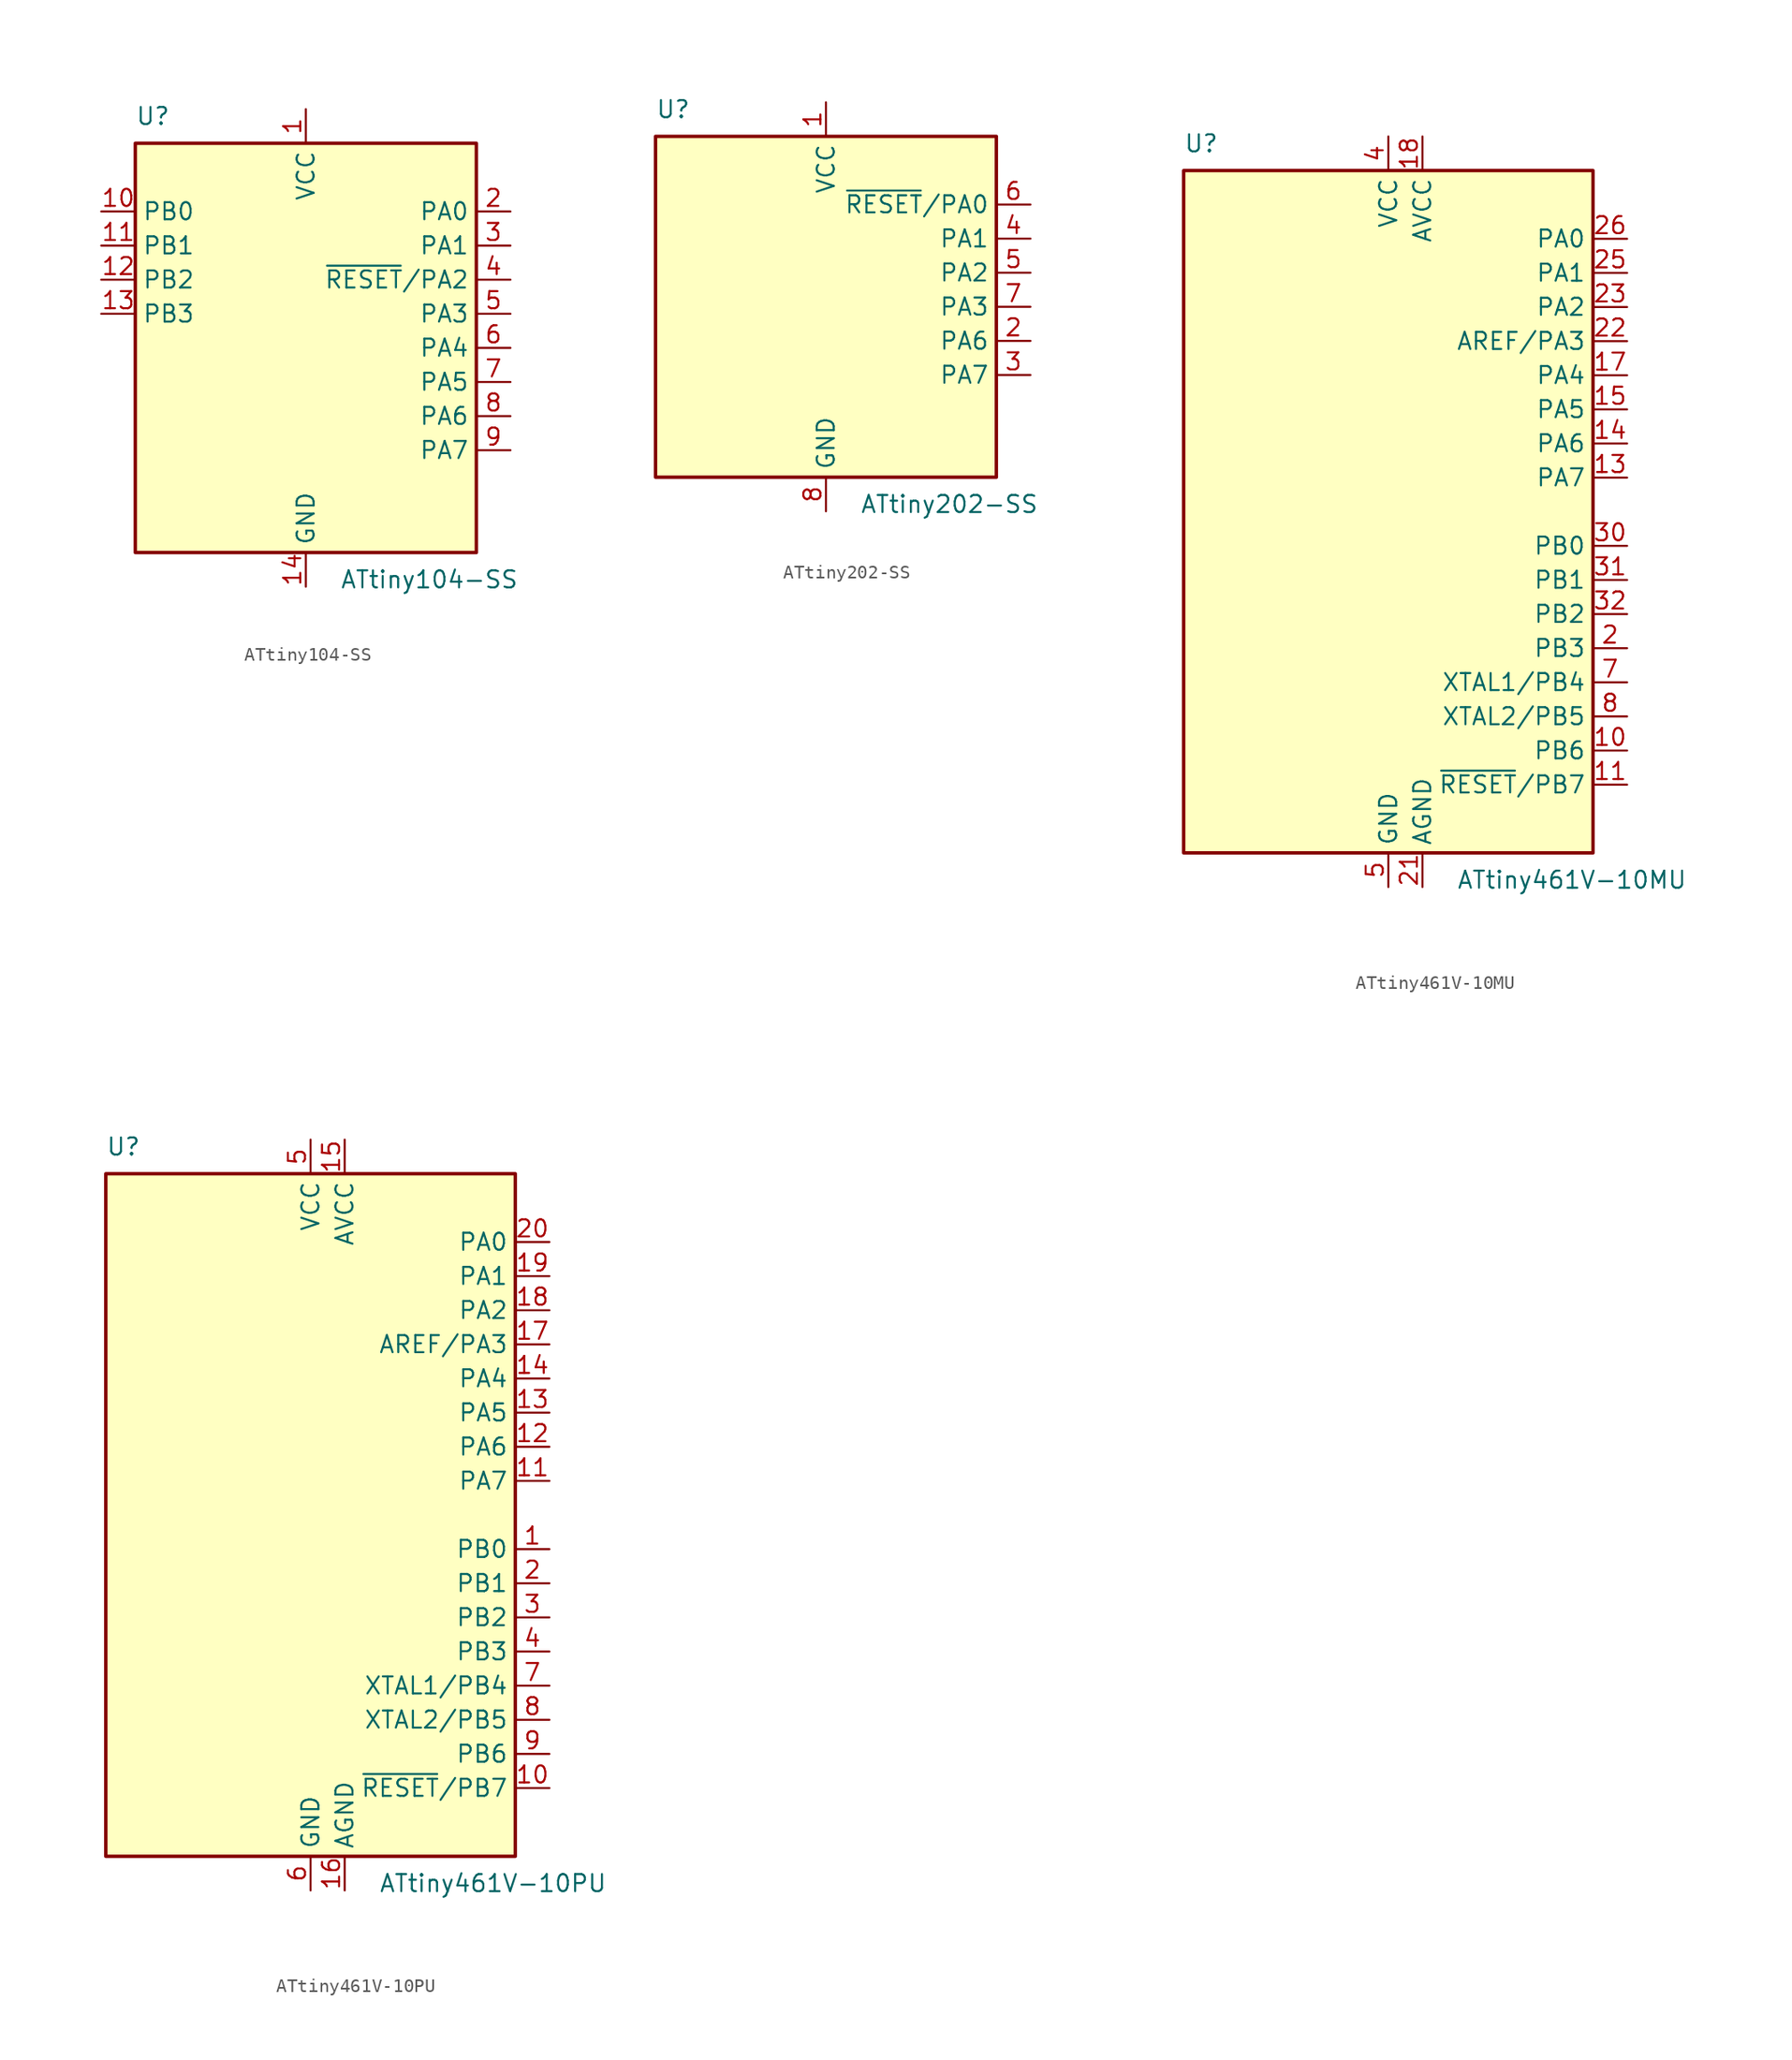
<source format=kicad_sym>
(kicad_symbol_lib
  (version 20201005)
  (generator kicad_symbol_editor)
  (symbol "ATtiny104-SS"
    (property "Reference" "U"
      (at -12.7 16.51 0)
      (effects (font (size 1.27 1.27)) (justify left bottom)))
    (property "Value" "ATtiny104-SS"
      (at 2.54 -16.51 0)
      (effects (font (size 1.27 1.27)) (justify left top)))
    (symbol "ATtiny104-SS_0_1"
      (rectangle (start -12.7 -15.24) (end 12.7 15.24) (stroke (width 0.254)) (fill (type background))))
    (symbol "ATtiny104-SS_1_1"
      (pin power_in line (at 0 17.78 270) (length 2.54) (name "VCC" (effects (font (size 1.27 1.27)))) (number "1" (effects (font (size 1.27 1.27)))))
      (pin tri_state line (at -15.24 10.16 0) (length 2.54) (name "PB0" (effects (font (size 1.27 1.27)))) (number "10" (effects (font (size 1.27 1.27)))))
      (pin tri_state line (at -15.24 7.62 0) (length 2.54) (name "PB1" (effects (font (size 1.27 1.27)))) (number "11" (effects (font (size 1.27 1.27)))))
      (pin tri_state line (at -15.24 5.08 0) (length 2.54) (name "PB2" (effects (font (size 1.27 1.27)))) (number "12" (effects (font (size 1.27 1.27)))))
      (pin tri_state line (at -15.24 2.54 0) (length 2.54) (name "PB3" (effects (font (size 1.27 1.27)))) (number "13" (effects (font (size 1.27 1.27)))))
      (pin power_in line (at 0 -17.78 90) (length 2.54) (name "GND" (effects (font (size 1.27 1.27)))) (number "14" (effects (font (size 1.27 1.27)))))
      (pin tri_state line (at 15.24 10.16 180) (length 2.54) (name "PA0" (effects (font (size 1.27 1.27)))) (number "2" (effects (font (size 1.27 1.27)))))
      (pin tri_state line (at 15.24 7.62 180) (length 2.54) (name "PA1" (effects (font (size 1.27 1.27)))) (number "3" (effects (font (size 1.27 1.27)))))
      (pin tri_state line (at 15.24 5.08 180) (length 2.54) (name "~RESET~/PA2" (effects (font (size 1.27 1.27)))) (number "4" (effects (font (size 1.27 1.27)))))
      (pin tri_state line (at 15.24 2.54 180) (length 2.54) (name "PA3" (effects (font (size 1.27 1.27)))) (number "5" (effects (font (size 1.27 1.27)))))
      (pin tri_state line (at 15.24 0 180) (length 2.54) (name "PA4" (effects (font (size 1.27 1.27)))) (number "6" (effects (font (size 1.27 1.27)))))
      (pin tri_state line (at 15.24 -2.54 180) (length 2.54) (name "PA5" (effects (font (size 1.27 1.27)))) (number "7" (effects (font (size 1.27 1.27)))))
      (pin tri_state line (at 15.24 -5.08 180) (length 2.54) (name "PA6" (effects (font (size 1.27 1.27)))) (number "8" (effects (font (size 1.27 1.27)))))
      (pin tri_state line (at 15.24 -7.62 180) (length 2.54) (name "PA7" (effects (font (size 1.27 1.27)))) (number "9" (effects (font (size 1.27 1.27)))))))
  (symbol "ATtiny202-SS"
    (property "Reference" "U"
      (at -12.7 13.97 0)
      (effects (font (size 1.27 1.27)) (justify left bottom)))
    (property "Value" "ATtiny202-SS"
      (at 2.54 -13.97 0)
      (effects (font (size 1.27 1.27)) (justify left top)))
    (symbol "ATtiny202-SS_0_1"
      (rectangle (start -12.7 -12.7) (end 12.7 12.7) (stroke (width 0.254)) (fill (type background))))
    (symbol "ATtiny202-SS_1_1"
      (pin power_in line (at 0 15.24 270) (length 2.54) (name "VCC" (effects (font (size 1.27 1.27)))) (number "1" (effects (font (size 1.27 1.27)))))
      (pin tri_state line (at 15.24 -2.54 180) (length 2.54) (name "PA6" (effects (font (size 1.27 1.27)))) (number "2" (effects (font (size 1.27 1.27)))))
      (pin tri_state line (at 15.24 -5.08 180) (length 2.54) (name "PA7" (effects (font (size 1.27 1.27)))) (number "3" (effects (font (size 1.27 1.27)))))
      (pin tri_state line (at 15.24 5.08 180) (length 2.54) (name "PA1" (effects (font (size 1.27 1.27)))) (number "4" (effects (font (size 1.27 1.27)))))
      (pin tri_state line (at 15.24 2.54 180) (length 2.54) (name "PA2" (effects (font (size 1.27 1.27)))) (number "5" (effects (font (size 1.27 1.27)))))
      (pin tri_state line (at 15.24 7.62 180) (length 2.54) (name "~RESET~/PA0" (effects (font (size 1.27 1.27)))) (number "6" (effects (font (size 1.27 1.27)))))
      (pin tri_state line (at 15.24 0 180) (length 2.54) (name "PA3" (effects (font (size 1.27 1.27)))) (number "7" (effects (font (size 1.27 1.27)))))
      (pin power_in line (at 0 -15.24 90) (length 2.54) (name "GND" (effects (font (size 1.27 1.27)))) (number "8" (effects (font (size 1.27 1.27)))))))
  (symbol "ATtiny461V-10MU"
    (property "Reference" "U"
      (at -15.24 26.67 0)
      (effects (font (size 1.27 1.27)) (justify left bottom)))
    (property "Value" "ATtiny461V-10MU"
      (at 5.08 -26.67 0)
      (effects (font (size 1.27 1.27)) (justify left top)))
    (symbol "ATtiny461V-10MU_0_1"
      (rectangle (start -15.24 -25.4) (end 15.24 25.4) (stroke (width 0.254)) (fill (type background))))
    (symbol "ATtiny461V-10MU_1_1"
      (pin no_connect line (at -15.24 5.08 0) (length 2.54) hide (name "NC" (effects (font (size 1.27 1.27)))) (number "1" (effects (font (size 1.27 1.27)))))
      (pin tri_state line (at 17.78 -17.78 180) (length 2.54) (name "PB6" (effects (font (size 1.27 1.27)))) (number "10" (effects (font (size 1.27 1.27)))))
      (pin tri_state line (at 17.78 -20.32 180) (length 2.54) (name "~RESET~/PB7" (effects (font (size 1.27 1.27)))) (number "11" (effects (font (size 1.27 1.27)))))
      (pin no_connect line (at -15.24 -5.08 0) (length 2.54) hide (name "NC" (effects (font (size 1.27 1.27)))) (number "12" (effects (font (size 1.27 1.27)))))
      (pin tri_state line (at 17.78 2.54 180) (length 2.54) (name "PA7" (effects (font (size 1.27 1.27)))) (number "13" (effects (font (size 1.27 1.27)))))
      (pin tri_state line (at 17.78 5.08 180) (length 2.54) (name "PA6" (effects (font (size 1.27 1.27)))) (number "14" (effects (font (size 1.27 1.27)))))
      (pin tri_state line (at 17.78 7.62 180) (length 2.54) (name "PA5" (effects (font (size 1.27 1.27)))) (number "15" (effects (font (size 1.27 1.27)))))
      (pin no_connect line (at -15.24 -7.62 0) (length 2.54) hide (name "NC" (effects (font (size 1.27 1.27)))) (number "16" (effects (font (size 1.27 1.27)))))
      (pin tri_state line (at 17.78 10.16 180) (length 2.54) (name "PA4" (effects (font (size 1.27 1.27)))) (number "17" (effects (font (size 1.27 1.27)))))
      (pin power_in line (at 2.54 27.94 270) (length 2.54) (name "AVCC" (effects (font (size 1.27 1.27)))) (number "18" (effects (font (size 1.27 1.27)))))
      (pin no_connect line (at -15.24 -10.16 0) (length 2.54) hide (name "NC" (effects (font (size 1.27 1.27)))) (number "19" (effects (font (size 1.27 1.27)))))
      (pin tri_state line (at 17.78 -10.16 180) (length 2.54) (name "PB3" (effects (font (size 1.27 1.27)))) (number "2" (effects (font (size 1.27 1.27)))))
      (pin no_connect line (at -15.24 -12.7 0) (length 2.54) hide (name "NC" (effects (font (size 1.27 1.27)))) (number "20" (effects (font (size 1.27 1.27)))))
      (pin power_in line (at 2.54 -27.94 90) (length 2.54) (name "AGND" (effects (font (size 1.27 1.27)))) (number "21" (effects (font (size 1.27 1.27)))))
      (pin tri_state line (at 17.78 12.7 180) (length 2.54) (name "AREF/PA3" (effects (font (size 1.27 1.27)))) (number "22" (effects (font (size 1.27 1.27)))))
      (pin tri_state line (at 17.78 15.24 180) (length 2.54) (name "PA2" (effects (font (size 1.27 1.27)))) (number "23" (effects (font (size 1.27 1.27)))))
      (pin no_connect line (at -15.24 -15.24 0) (length 2.54) hide (name "NC" (effects (font (size 1.27 1.27)))) (number "24" (effects (font (size 1.27 1.27)))))
      (pin tri_state line (at 17.78 17.78 180) (length 2.54) (name "PA1" (effects (font (size 1.27 1.27)))) (number "25" (effects (font (size 1.27 1.27)))))
      (pin tri_state line (at 17.78 20.32 180) (length 2.54) (name "PA0" (effects (font (size 1.27 1.27)))) (number "26" (effects (font (size 1.27 1.27)))))
      (pin no_connect line (at -15.24 -17.78 0) (length 2.54) hide (name "NC" (effects (font (size 1.27 1.27)))) (number "27" (effects (font (size 1.27 1.27)))))
      (pin no_connect line (at -15.24 -20.32 0) (length 2.54) hide (name "NC" (effects (font (size 1.27 1.27)))) (number "28" (effects (font (size 1.27 1.27)))))
      (pin no_connect line (at -15.24 -22.86 0) (length 2.54) hide (name "NC" (effects (font (size 1.27 1.27)))) (number "29" (effects (font (size 1.27 1.27)))))
      (pin no_connect line (at -15.24 2.54 0) (length 2.54) hide (name "NC" (effects (font (size 1.27 1.27)))) (number "3" (effects (font (size 1.27 1.27)))))
      (pin tri_state line (at 17.78 -2.54 180) (length 2.54) (name "PB0" (effects (font (size 1.27 1.27)))) (number "30" (effects (font (size 1.27 1.27)))))
      (pin tri_state line (at 17.78 -5.08 180) (length 2.54) (name "PB1" (effects (font (size 1.27 1.27)))) (number "31" (effects (font (size 1.27 1.27)))))
      (pin tri_state line (at 17.78 -7.62 180) (length 2.54) (name "PB2" (effects (font (size 1.27 1.27)))) (number "32" (effects (font (size 1.27 1.27)))))
      (pin passive line (at 0 -27.94 90) (length 2.54) hide (name "GND" (effects (font (size 1.27 1.27)))) (number "33" (effects (font (size 1.27 1.27)))))
      (pin power_in line (at 0 27.94 270) (length 2.54) (name "VCC" (effects (font (size 1.27 1.27)))) (number "4" (effects (font (size 1.27 1.27)))))
      (pin power_in line (at 0 -27.94 90) (length 2.54) (name "GND" (effects (font (size 1.27 1.27)))) (number "5" (effects (font (size 1.27 1.27)))))
      (pin no_connect line (at -15.24 0 0) (length 2.54) hide (name "NC" (effects (font (size 1.27 1.27)))) (number "6" (effects (font (size 1.27 1.27)))))
      (pin tri_state line (at 17.78 -12.7 180) (length 2.54) (name "XTAL1/PB4" (effects (font (size 1.27 1.27)))) (number "7" (effects (font (size 1.27 1.27)))))
      (pin tri_state line (at 17.78 -15.24 180) (length 2.54) (name "XTAL2/PB5" (effects (font (size 1.27 1.27)))) (number "8" (effects (font (size 1.27 1.27)))))
      (pin no_connect line (at -15.24 -2.54 0) (length 2.54) hide (name "NC" (effects (font (size 1.27 1.27)))) (number "9" (effects (font (size 1.27 1.27)))))))
  (symbol "ATtiny461V-10PU"
    (property "Reference" "U"
      (at -15.24 26.67 0)
      (effects (font (size 1.27 1.27)) (justify left bottom)))
    (property "Value" "ATtiny461V-10PU"
      (at 5.08 -26.67 0)
      (effects (font (size 1.27 1.27)) (justify left top)))
    (symbol "ATtiny461V-10PU_0_1"
      (rectangle (start -15.24 -25.4) (end 15.24 25.4) (stroke (width 0.254)) (fill (type background))))
    (symbol "ATtiny461V-10PU_1_1"
      (pin tri_state line (at 17.78 -2.54 180) (length 2.54) (name "PB0" (effects (font (size 1.27 1.27)))) (number "1" (effects (font (size 1.27 1.27)))))
      (pin tri_state line (at 17.78 -20.32 180) (length 2.54) (name "~RESET~/PB7" (effects (font (size 1.27 1.27)))) (number "10" (effects (font (size 1.27 1.27)))))
      (pin tri_state line (at 17.78 2.54 180) (length 2.54) (name "PA7" (effects (font (size 1.27 1.27)))) (number "11" (effects (font (size 1.27 1.27)))))
      (pin tri_state line (at 17.78 5.08 180) (length 2.54) (name "PA6" (effects (font (size 1.27 1.27)))) (number "12" (effects (font (size 1.27 1.27)))))
      (pin tri_state line (at 17.78 7.62 180) (length 2.54) (name "PA5" (effects (font (size 1.27 1.27)))) (number "13" (effects (font (size 1.27 1.27)))))
      (pin tri_state line (at 17.78 10.16 180) (length 2.54) (name "PA4" (effects (font (size 1.27 1.27)))) (number "14" (effects (font (size 1.27 1.27)))))
      (pin power_in line (at 2.54 27.94 270) (length 2.54) (name "AVCC" (effects (font (size 1.27 1.27)))) (number "15" (effects (font (size 1.27 1.27)))))
      (pin power_in line (at 2.54 -27.94 90) (length 2.54) (name "AGND" (effects (font (size 1.27 1.27)))) (number "16" (effects (font (size 1.27 1.27)))))
      (pin tri_state line (at 17.78 12.7 180) (length 2.54) (name "AREF/PA3" (effects (font (size 1.27 1.27)))) (number "17" (effects (font (size 1.27 1.27)))))
      (pin tri_state line (at 17.78 15.24 180) (length 2.54) (name "PA2" (effects (font (size 1.27 1.27)))) (number "18" (effects (font (size 1.27 1.27)))))
      (pin tri_state line (at 17.78 17.78 180) (length 2.54) (name "PA1" (effects (font (size 1.27 1.27)))) (number "19" (effects (font (size 1.27 1.27)))))
      (pin tri_state line (at 17.78 -5.08 180) (length 2.54) (name "PB1" (effects (font (size 1.27 1.27)))) (number "2" (effects (font (size 1.27 1.27)))))
      (pin tri_state line (at 17.78 20.32 180) (length 2.54) (name "PA0" (effects (font (size 1.27 1.27)))) (number "20" (effects (font (size 1.27 1.27)))))
      (pin tri_state line (at 17.78 -7.62 180) (length 2.54) (name "PB2" (effects (font (size 1.27 1.27)))) (number "3" (effects (font (size 1.27 1.27)))))
      (pin tri_state line (at 17.78 -10.16 180) (length 2.54) (name "PB3" (effects (font (size 1.27 1.27)))) (number "4" (effects (font (size 1.27 1.27)))))
      (pin power_in line (at 0 27.94 270) (length 2.54) (name "VCC" (effects (font (size 1.27 1.27)))) (number "5" (effects (font (size 1.27 1.27)))))
      (pin power_in line (at 0 -27.94 90) (length 2.54) (name "GND" (effects (font (size 1.27 1.27)))) (number "6" (effects (font (size 1.27 1.27)))))
      (pin tri_state line (at 17.78 -12.7 180) (length 2.54) (name "XTAL1/PB4" (effects (font (size 1.27 1.27)))) (number "7" (effects (font (size 1.27 1.27)))))
      (pin tri_state line (at 17.78 -15.24 180) (length 2.54) (name "XTAL2/PB5" (effects (font (size 1.27 1.27)))) (number "8" (effects (font (size 1.27 1.27)))))
      (pin tri_state line (at 17.78 -17.78 180) (length 2.54) (name "PB6" (effects (font (size 1.27 1.27)))) (number "9" (effects (font (size 1.27 1.27))))))))
</source>
